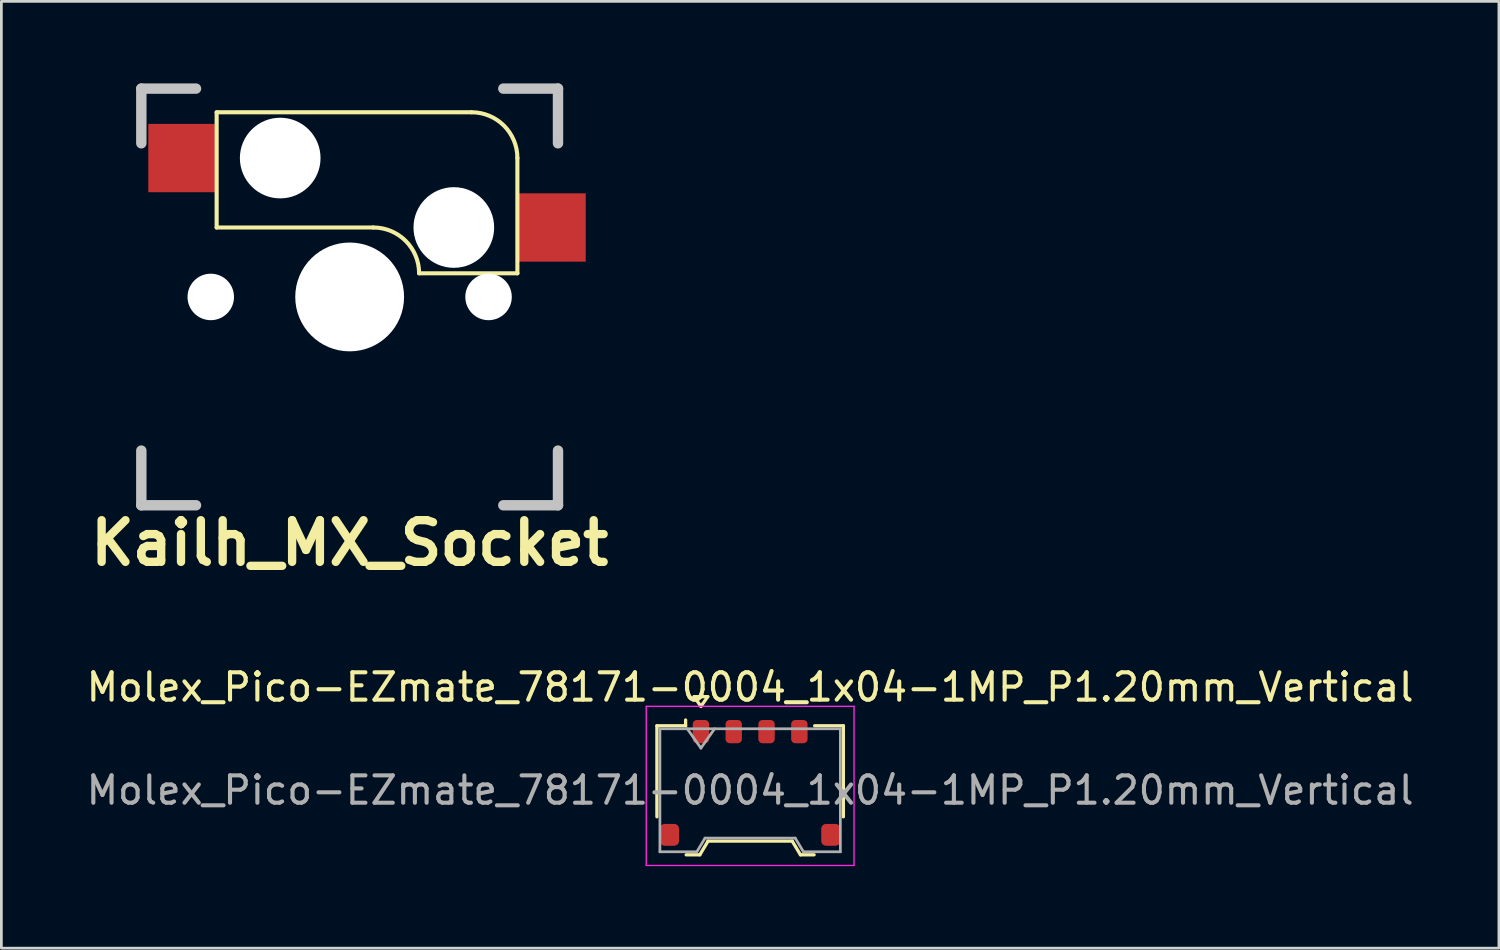
<source format=kicad_pcb>
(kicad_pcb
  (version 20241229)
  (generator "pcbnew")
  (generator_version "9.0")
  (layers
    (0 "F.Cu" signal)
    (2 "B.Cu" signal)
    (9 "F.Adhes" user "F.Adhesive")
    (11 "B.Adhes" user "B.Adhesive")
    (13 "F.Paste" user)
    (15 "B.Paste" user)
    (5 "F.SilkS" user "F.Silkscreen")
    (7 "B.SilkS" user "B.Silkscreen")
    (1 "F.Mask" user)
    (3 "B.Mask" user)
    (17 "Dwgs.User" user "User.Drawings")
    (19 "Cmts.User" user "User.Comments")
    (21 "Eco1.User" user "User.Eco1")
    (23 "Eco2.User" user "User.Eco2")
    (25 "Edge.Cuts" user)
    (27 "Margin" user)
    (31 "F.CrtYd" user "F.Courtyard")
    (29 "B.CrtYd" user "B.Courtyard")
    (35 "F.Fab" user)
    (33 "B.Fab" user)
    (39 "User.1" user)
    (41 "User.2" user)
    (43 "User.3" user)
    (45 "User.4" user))
  (footprint "Kailh_MX_Socket"
    (layer "F.Cu")
    (at 9.739 7.811)
    (property "Reference" "Kailh_MX_Socket" (at 0 9 0) (layer "F.SilkS") (effects (font (size 1.524 1.524) (thickness 0.305))))
    (attr smd)
    (fp_line (start -4.865 -6.75) (end -4.865 -2.54) (stroke (width 0.15) (type solid)) (layer "F.SilkS"))
    (fp_line (start 0.865 -2.54) (end -4.865 -2.54) (stroke (width 0.15) (type solid)) (layer "F.SilkS"))
    (fp_line (start 4.46 -6.755) (end -4.865 -6.755) (stroke (width 0.15) (type solid)) (layer "F.SilkS"))
    (fp_line (start 6.135 -5.08) (end 6.135 -0.865) (stroke (width 0.15) (type solid)) (layer "F.SilkS"))
    (fp_line (start 6.135 -0.865) (end 2.54 -0.865) (stroke (width 0.15) (type solid)) (layer "F.SilkS"))
    (fp_arc (start 0.865 -2.54) (mid 2.049404 -2.049404) (end 2.54 -0.865) (stroke (width 0.15) (type solid)) (layer "F.SilkS"))
    (fp_arc (start 4.46 -6.755) (mid 5.644404 -6.264404) (end 6.135 -5.08) (stroke (width 0.15) (type solid)) (layer "F.SilkS"))
    (fp_line (start -7.62 -7.62) (end -5.62 -7.62) (stroke (width 0.381) (type solid)) (layer "Dwgs.User"))
    (fp_line (start -7.62 -5.62) (end -7.62 -7.62) (stroke (width 0.381) (type solid)) (layer "Dwgs.User"))
    (fp_line (start -7.62 5.62) (end -7.62 7.62) (stroke (width 0.381) (type solid)) (layer "Dwgs.User"))
    (fp_line (start -7.62 7.62) (end -5.62 7.62) (stroke (width 0.381) (type solid)) (layer "Dwgs.User"))
    (fp_line (start 5.62 -7.62) (end 7.62 -7.62) (stroke (width 0.381) (type solid)) (layer "Dwgs.User"))
    (fp_line (start 5.62 7.62) (end 7.62 7.62) (stroke (width 0.381) (type solid)) (layer "Dwgs.User"))
    (fp_line (start 7.62 -7.62) (end 7.62 -5.62) (stroke (width 0.381) (type solid)) (layer "Dwgs.User"))
    (fp_line (start 7.62 5.62) (end 7.62 7.62) (stroke (width 0.381) (type solid)) (layer "Dwgs.User"))
    (pad "" np_thru_hole circle (at -5.08 0) (size 1.7 1.7) (drill 1.7) (layers "*.Cu" "*.Mask"))
    (pad "" np_thru_hole circle (at -2.54 -5.08) (size 2.95 2.95) (drill 2.95) (layers "*.Cu" "*.Mask"))
    (pad "" np_thru_hole circle (at 0 0) (size 3.98 3.98) (drill 3.98) (layers "*.Cu" "*.Mask"))
    (pad "" np_thru_hole circle (at 3.81 -2.54) (size 2.95 2.95) (drill 2.95) (layers "*.Cu" "*.Mask"))
    (pad "" np_thru_hole circle (at 5.08 0) (size 1.7 1.7) (drill 1.7) (layers "*.Cu" "*.Mask"))
    (pad "1" smd rect (at 7.36 -2.54) (size 2.55 2.5) (layers "F.Cu" "F.Mask" "F.Paste"))
    (pad "2" smd rect (at -6.09 -5.08) (size 2.55 2.5) (layers "F.Cu" "F.Mask" "F.Paste")))
  (footprint "Molex_Pico-EZmate_78171-0004_1x04-1MP_P1.20mm_Vertical"
    (layer "F.Cu")
    (at 24.387 25.585)
    (property "Reference" "Molex_Pico-EZmate_78171-0004_1x04-1MP_P1.20mm_Vertical" (at 0 -3.5 0) (layer "F.SilkS") (effects (font (size 1 1) (thickness 0.15))))
    (attr smd)
    (fp_line (start -3.41 -2.09) (end -2.36 -2.09) (stroke (width 0.12) (type solid)) (layer "F.SilkS"))
    (fp_line (start -3.41 1.24) (end -3.41 -2.09) (stroke (width 0.12) (type solid)) (layer "F.SilkS"))
    (fp_line (start -2.36 -2.09) (end -2.36 -2.3) (stroke (width 0.12) (type solid)) (layer "F.SilkS"))
    (fp_line (start -2.34 2.63) (end -1.84 2.63) (stroke (width 0.12) (type solid)) (layer "F.SilkS"))
    (fp_line (start -2.05 -3.154) (end -1.8 -2.8) (stroke (width 0.12) (type solid)) (layer "F.SilkS"))
    (fp_line (start -1.84 2.63) (end -1.54 2.13) (stroke (width 0.12) (type solid)) (layer "F.SilkS"))
    (fp_line (start -1.8 -2.8) (end -1.55 -3.154) (stroke (width 0.12) (type solid)) (layer "F.SilkS"))
    (fp_line (start -1.55 -3.154) (end -2.05 -3.154) (stroke (width 0.12) (type solid)) (layer "F.SilkS"))
    (fp_line (start -1.54 2.13) (end 1.54 2.13) (stroke (width 0.12) (type solid)) (layer "F.SilkS"))
    (fp_line (start 1.54 2.13) (end 1.84 2.63) (stroke (width 0.12) (type solid)) (layer "F.SilkS"))
    (fp_line (start 1.84 2.63) (end 2.34 2.63) (stroke (width 0.12) (type solid)) (layer "F.SilkS"))
    (fp_line (start 3.41 -2.09) (end 2.36 -2.09) (stroke (width 0.12) (type solid)) (layer "F.SilkS"))
    (fp_line (start 3.41 1.24) (end 3.41 -2.09) (stroke (width 0.12) (type solid)) (layer "F.SilkS"))
    (fp_line (start -3.8 -2.8) (end -3.8 3.02) (stroke (width 0.05) (type solid)) (layer "F.CrtYd"))
    (fp_line (start -3.8 3.02) (end 3.8 3.02) (stroke (width 0.05) (type solid)) (layer "F.CrtYd"))
    (fp_line (start 3.8 -2.8) (end -3.8 -2.8) (stroke (width 0.05) (type solid)) (layer "F.CrtYd"))
    (fp_line (start 3.8 3.02) (end 3.8 -2.8) (stroke (width 0.05) (type solid)) (layer "F.CrtYd"))
    (fp_line (start -3.3 -1.98) (end -3.3 2.52) (stroke (width 0.1) (type solid)) (layer "F.Fab"))
    (fp_line (start -3.3 -1.98) (end 3.3 -1.98) (stroke (width 0.1) (type solid)) (layer "F.Fab"))
    (fp_line (start -3.3 2.52) (end -1.95 2.52) (stroke (width 0.1) (type solid)) (layer "F.Fab"))
    (fp_line (start -2.3 -1.98) (end -1.8 -1.273) (stroke (width 0.1) (type solid)) (layer "F.Fab"))
    (fp_line (start -1.95 2.52) (end -1.65 2.02) (stroke (width 0.1) (type solid)) (layer "F.Fab"))
    (fp_line (start -1.8 -1.273) (end -1.3 -1.98) (stroke (width 0.1) (type solid)) (layer "F.Fab"))
    (fp_line (start -1.65 2.02) (end 1.65 2.02) (stroke (width 0.1) (type solid)) (layer "F.Fab"))
    (fp_line (start 1.65 2.02) (end 1.95 2.52) (stroke (width 0.1) (type solid)) (layer "F.Fab"))
    (fp_line (start 1.95 2.52) (end 3.3 2.52) (stroke (width 0.1) (type solid)) (layer "F.Fab"))
    (fp_line (start 3.3 -1.98) (end 3.3 2.52) (stroke (width 0.1) (type solid)) (layer "F.Fab"))
    (fp_text user "${REFERENCE}" (at 0 0.27 0) (layer "F.Fab") (effects (font (size 1 1) (thickness 0.15))))
    (pad "1" smd roundrect (at -1.8 -1.875) (size 0.6 0.85) (layers "F.Cu" "F.Mask" "F.Paste") (roundrect_rratio 0.25))
    (pad "2" smd roundrect (at -0.6 -1.875) (size 0.6 0.85) (layers "F.Cu" "F.Mask" "F.Paste") (roundrect_rratio 0.25))
    (pad "3" smd roundrect (at 0.6 -1.875) (size 0.6 0.85) (layers "F.Cu" "F.Mask" "F.Paste") (roundrect_rratio 0.25))
    (pad "4" smd roundrect (at 1.8 -1.875) (size 0.6 0.85) (layers "F.Cu" "F.Mask" "F.Paste") (roundrect_rratio 0.25))
    (pad "MP" smd roundrect (at -2.95 1.9) (size 0.7 0.8) (layers "F.Cu" "F.Mask" "F.Paste") (roundrect_rratio 0.25))
    (pad "MP" smd roundrect (at 2.95 1.9) (size 0.7 0.8) (layers "F.Cu" "F.Mask" "F.Paste") (roundrect_rratio 0.25)))
  (gr_rect
    (start -3 -3)
    (end 51.774 31.63)
    (stroke (width 0.1) (type default))
    (fill no)
    (layer "Edge.Cuts")))
</source>
